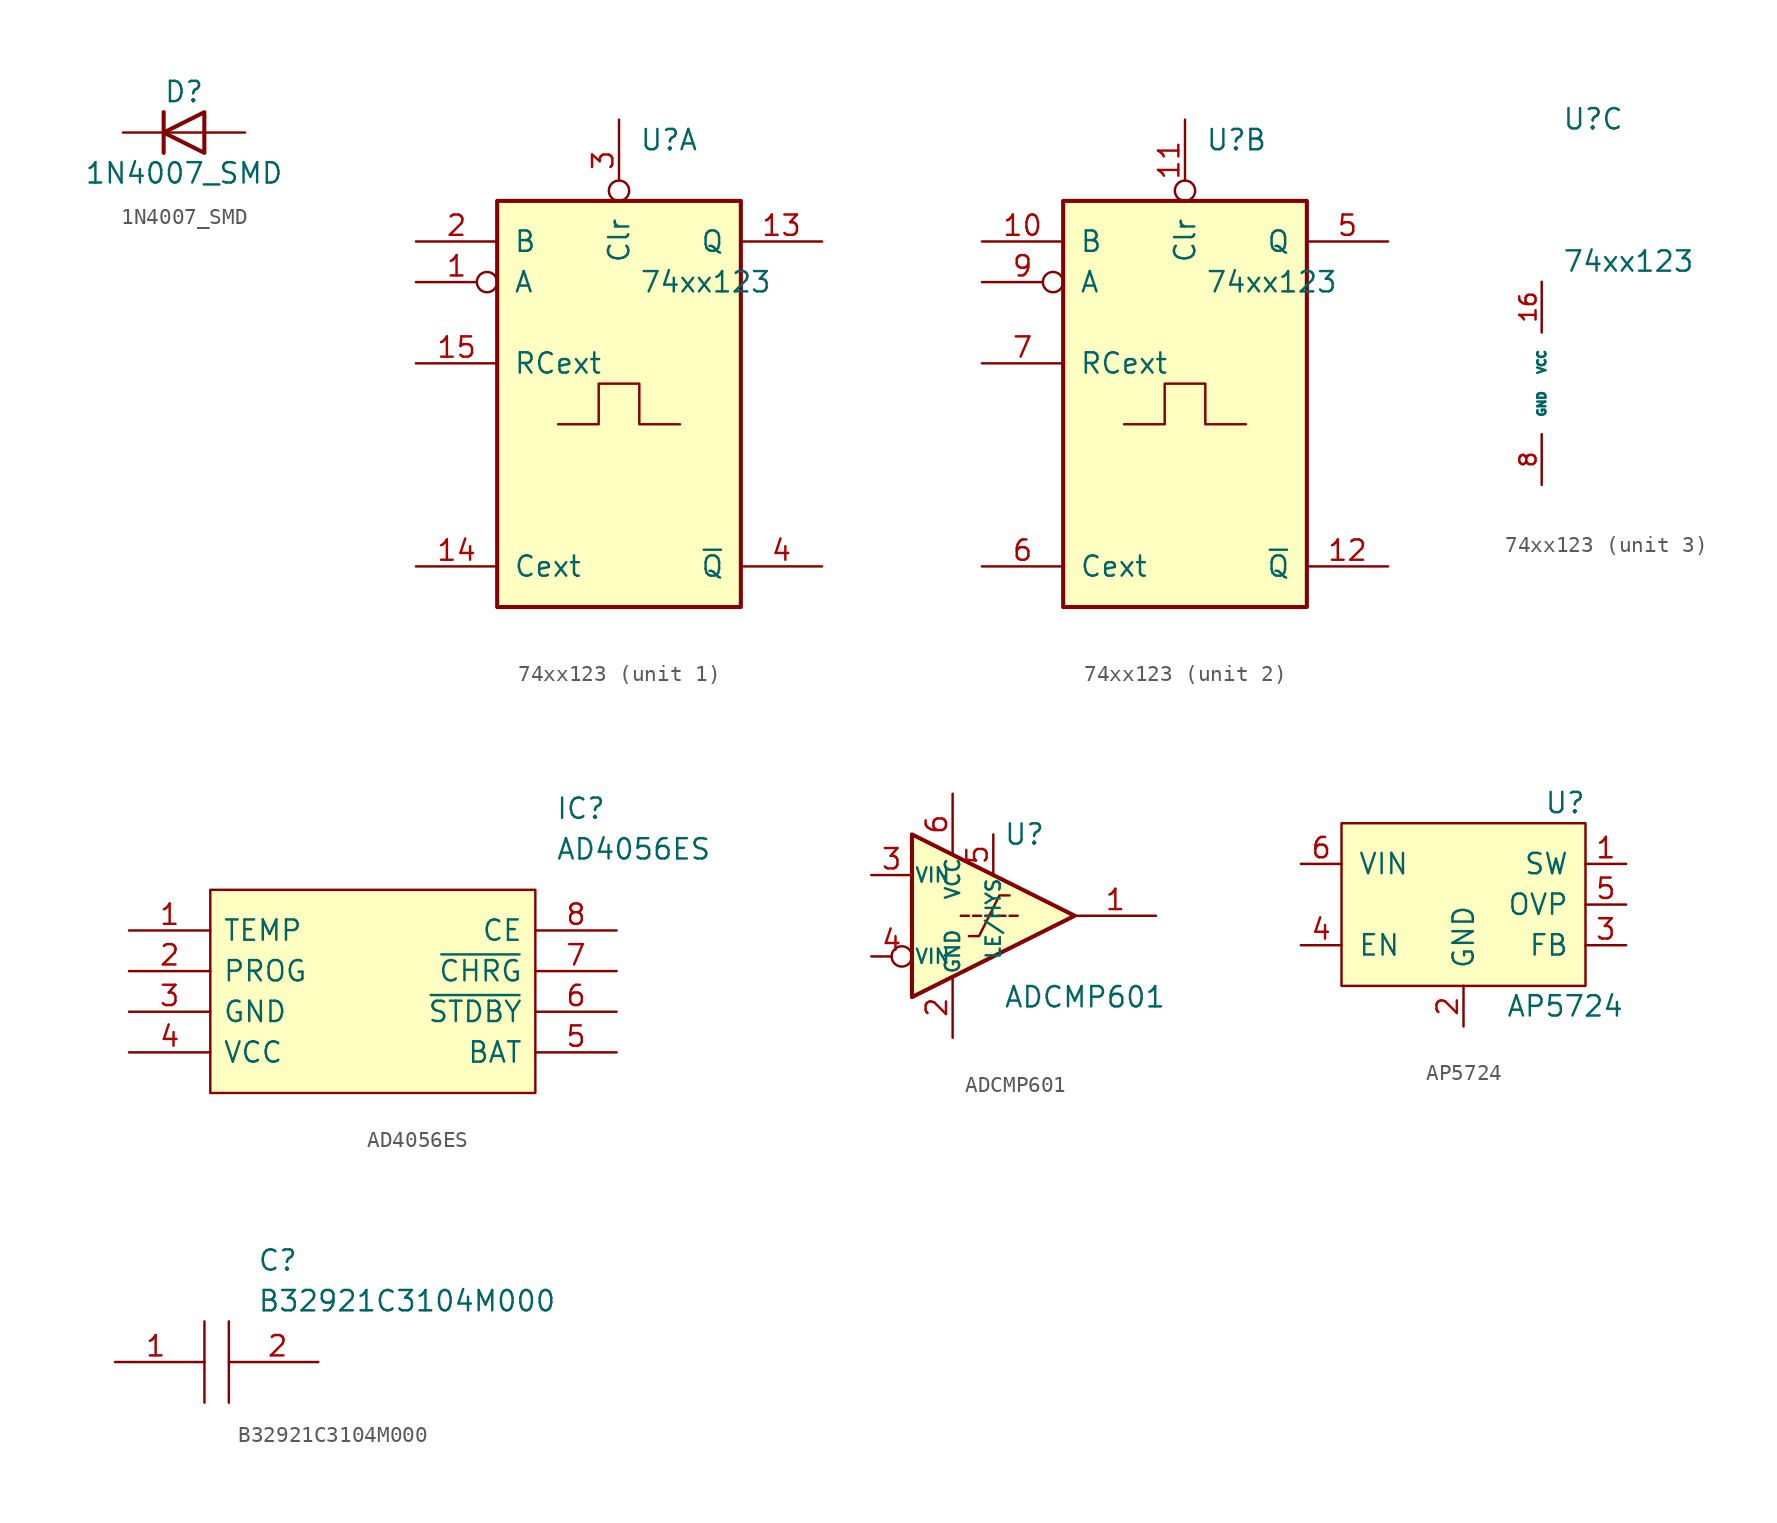
<source format=kicad_sym>
(kicad_symbol_lib
  (version 20211014)
  (generator kicad_symbol_editor)
  (symbol "1N4007_SMD"
    (pin_numbers hide)
    (pin_names
      (offset 1.016) hide)
    (property "Reference" "D"
      (at 0 2.54 0)
      (effects (font (size 1.27 1.27))))
    (property "Value" "1N4007_SMD"
      (at 0 -2.54 0)
      (effects (font (size 1.27 1.27))))
    (symbol "1N4007_SMD_0_1"
      (polyline (pts (xy -1.27 1.27) (xy -1.27 -1.27)) (stroke (width 0.254) (type default) (color 0 0 0 0)) (fill (type none)))
      (polyline (pts (xy 1.27 0) (xy -1.27 0)) (stroke (width 0) (type default) (color 0 0 0 0)) (fill (type none)))
      (polyline (pts (xy 1.27 1.27) (xy 1.27 -1.27) (xy -1.27 0) (xy 1.27 1.27)) (stroke (width 0.254) (type default) (color 0 0 0 0)) (fill (type none))))
    (symbol "1N4007_SMD_1_1"
      (pin passive line (at -3.81 0 0) (length 2.54) (name "K" (effects (font (size 1.27 1.27)))) (number "1" (effects (font (size 1.27 1.27)))))
      (pin passive line (at 3.81 0 180) (length 2.54) (name "A" (effects (font (size 1.27 1.27)))) (number "2" (effects (font (size 1.27 1.27)))))))
  (symbol "74xx123"
    (pin_names
      (offset 1.016))
    (property "Reference" "U"
      (at 1.27 16.51 0)
      (effects (font (size 1.27 1.27)) (justify left)))
    (property "Value" "74xx123"
      (at 1.27 7.62 0)
      (effects (font (size 1.27 1.27)) (justify left)))
    (property "ki_locked" ""
      (at 0 0 0)
      (effects (font (size 1.27 1.27))))
    (symbol "74xx123_1_0"
      (pin input inverted (at -12.7 7.62 0) (length 5.08) (name "A" (effects (font (size 1.27 1.27)))) (number "1" (effects (font (size 1.27 1.27)))))
      (pin output line (at 12.7 10.16 180) (length 5.08) (name "Q" (effects (font (size 1.27 1.27)))) (number "13" (effects (font (size 1.27 1.27)))))
      (pin input line (at -12.7 -10.16 0) (length 5.08) (name "Cext" (effects (font (size 1.27 1.27)))) (number "14" (effects (font (size 1.27 1.27)))))
      (pin input line (at -12.7 2.54 0) (length 5.08) (name "RCext" (effects (font (size 1.27 1.27)))) (number "15" (effects (font (size 1.27 1.27)))))
      (pin input line (at -12.7 10.16 0) (length 5.08) (name "B" (effects (font (size 1.27 1.27)))) (number "2" (effects (font (size 1.27 1.27)))))
      (pin input inverted (at 0 17.78 270) (length 5.08) (name "Clr" (effects (font (size 1.27 1.27)))) (number "3" (effects (font (size 1.27 1.27)))))
      (pin output line (at 12.7 -10.16 180) (length 5.08) (name "~{Q}" (effects (font (size 1.27 1.27)))) (number "4" (effects (font (size 1.27 1.27))))))
    (symbol "74xx123_1_1"
      (rectangle (start -7.62 12.7) (end 7.62 -12.7) (stroke (width 0.254) (type default) (color 0 0 0 0)) (fill (type background)))
      (polyline (pts (xy -3.81 -1.27) (xy -1.27 -1.27) (xy -1.27 1.27) (xy 1.27 1.27) (xy 1.27 -1.27) (xy 3.81 -1.27)) (stroke (width 0) (type default) (color 0 0 0 0)) (fill (type none))))
    (symbol "74xx123_2_0"
      (pin input line (at -12.7 10.16 0) (length 5.08) (name "B" (effects (font (size 1.27 1.27)))) (number "10" (effects (font (size 1.27 1.27)))))
      (pin input inverted (at 0 17.78 270) (length 5.08) (name "Clr" (effects (font (size 1.27 1.27)))) (number "11" (effects (font (size 1.27 1.27)))))
      (pin output line (at 12.7 -10.16 180) (length 5.08) (name "~{Q}" (effects (font (size 1.27 1.27)))) (number "12" (effects (font (size 1.27 1.27)))))
      (pin output line (at 12.7 10.16 180) (length 5.08) (name "Q" (effects (font (size 1.27 1.27)))) (number "5" (effects (font (size 1.27 1.27)))))
      (pin input line (at -12.7 -10.16 0) (length 5.08) (name "Cext" (effects (font (size 1.27 1.27)))) (number "6" (effects (font (size 1.27 1.27)))))
      (pin input line (at -12.7 2.54 0) (length 5.08) (name "RCext" (effects (font (size 1.27 1.27)))) (number "7" (effects (font (size 1.27 1.27)))))
      (pin input inverted (at -12.7 7.62 0) (length 5.08) (name "A" (effects (font (size 1.27 1.27)))) (number "9" (effects (font (size 1.27 1.27))))))
    (symbol "74xx123_2_1"
      (rectangle (start -7.62 12.7) (end 7.62 -12.7) (stroke (width 0.254) (type default) (color 0 0 0 0)) (fill (type background)))
      (polyline (pts (xy -3.81 -1.27) (xy -1.27 -1.27) (xy -1.27 1.27) (xy 1.27 1.27) (xy 1.27 -1.27) (xy 3.81 -1.27)) (stroke (width 0) (type default) (color 0 0 0 0)) (fill (type none))))
    (symbol "74xx123_3_1"
      (pin power_in line (at 0 6.35 270) (length 3.175) (name "VCC" (effects (font (size 0.508 0.508)))) (number "16" (effects (font (size 1.016 1.016)))))
      (pin power_in line (at 0 -6.35 90) (length 3.175) (name "GND" (effects (font (size 0.508 0.508)))) (number "8" (effects (font (size 1.016 1.016)))))))
  (symbol "AD4056ES"
    (pin_names
      (offset 0.762))
    (property "Reference" "IC"
      (at 26.67 7.62 0)
      (effects (font (size 1.27 1.27)) (justify left)))
    (property "Value" "AD4056ES"
      (at 26.67 5.08 0)
      (effects (font (size 1.27 1.27)) (justify left)))
    (symbol "AD4056ES_0_0"
      (pin unspecified line (at 0 0 0) (length 5.08) (name "TEMP" (effects (font (size 1.27 1.27)))) (number "1" (effects (font (size 1.27 1.27)))))
      (pin unspecified line (at 0 -2.54 0) (length 5.08) (name "PROG" (effects (font (size 1.27 1.27)))) (number "2" (effects (font (size 1.27 1.27)))))
      (pin unspecified line (at 0 -5.08 0) (length 5.08) (name "GND" (effects (font (size 1.27 1.27)))) (number "3" (effects (font (size 1.27 1.27)))))
      (pin unspecified line (at 0 -7.62 0) (length 5.08) (name "VCC" (effects (font (size 1.27 1.27)))) (number "4" (effects (font (size 1.27 1.27)))))
      (pin unspecified line (at 30.48 -7.62 180) (length 5.08) (name "BAT" (effects (font (size 1.27 1.27)))) (number "5" (effects (font (size 1.27 1.27)))))
      (pin unspecified line (at 30.48 -5.08 180) (length 5.08) (name "~{STDBY}" (effects (font (size 1.27 1.27)))) (number "6" (effects (font (size 1.27 1.27)))))
      (pin unspecified line (at 30.48 -2.54 180) (length 5.08) (name "~{CHRG}" (effects (font (size 1.27 1.27)))) (number "7" (effects (font (size 1.27 1.27)))))
      (pin unspecified line (at 30.48 0 180) (length 5.08) (name "CE" (effects (font (size 1.27 1.27)))) (number "8" (effects (font (size 1.27 1.27))))))
    (symbol "AD4056ES_0_1"
      (polyline (pts (xy 5.08 2.54) (xy 25.4 2.54) (xy 25.4 -10.16) (xy 5.08 -10.16) (xy 5.08 2.54)) (stroke (width 0.152) (type default) (color 0 0 0 0)) (fill (type background)))))
  (symbol "ADCMP601"
    (pin_names
      (offset 0.127))
    (property "Reference" "U"
      (at 3.175 5.08 0)
      (effects (font (size 1.27 1.27)) (justify left)))
    (property "Value" "ADCMP601"
      (at 3.175 -5.08 0)
      (effects (font (size 1.27 1.27)) (justify left)))
    (symbol "ADCMP601_0_1"
      (polyline (pts (xy 1.016 0) (xy 0.508 0)) (stroke (width 0) (type default) (color 0 0 0 0)) (fill (type none)))
      (polyline (pts (xy 1.778 0) (xy 1.27 0)) (stroke (width 0) (type default) (color 0 0 0 0)) (fill (type none)))
      (polyline (pts (xy 2.032 0) (xy 2.54 0)) (stroke (width 0) (type default) (color 0 0 0 0)) (fill (type none)))
      (polyline (pts (xy 2.794 0) (xy 3.302 0)) (stroke (width 0) (type default) (color 0 0 0 0)) (fill (type none)))
      (polyline (pts (xy 3.556 0) (xy 4.064 0)) (stroke (width 0) (type default) (color 0 0 0 0)) (fill (type none)))
      (polyline (pts (xy -2.54 5.08) (xy 7.62 0) (xy -2.54 -5.08) (xy -2.54 5.08)) (stroke (width 0.254) (type default) (color 0 0 0 0)) (fill (type background)))
      (polyline (pts (xy 1.016 -1.27) (xy 1.651 -1.27) (xy 2.921 1.27) (xy 3.556 1.27)) (stroke (width 0) (type default) (color 0 0 0 0)) (fill (type none))))
    (symbol "ADCMP601_1_1"
      (pin output line (at 12.7 0 180) (length 5.08) (name "~" (effects (font (size 1.27 1.27)))) (number "1" (effects (font (size 1.27 1.27)))))
      (pin power_in line (at 0 -7.62 90) (length 3.81) (name "GND" (effects (font (size 0.889 0.889)))) (number "2" (effects (font (size 1.27 1.27)))))
      (pin input line (at -5.08 2.54 0) (length 2.54) (name "VIN" (effects (font (size 0.889 0.889)))) (number "3" (effects (font (size 1.27 1.27)))))
      (pin input inverted (at -5.08 -2.54 0) (length 2.54) (name "VIN" (effects (font (size 0.889 0.889)))) (number "4" (effects (font (size 1.27 1.27)))))
      (pin input line (at 2.54 5.08 270) (length 2.54) (name "LE/HYS" (effects (font (size 0.889 0.889)))) (number "5" (effects (font (size 1.27 1.27)))))
      (pin power_in line (at 0 7.62 270) (length 3.81) (name "VCC" (effects (font (size 0.889 0.889)))) (number "6" (effects (font (size 1.27 1.27)))))))
  (symbol "AP5724"
    (pin_names
      (offset 1.016))
    (property "Reference" "U"
      (at 6.35 6.35 0)
      (effects (font (size 1.27 1.27))))
    (property "Value" "AP5724"
      (at 6.35 -6.35 0)
      (effects (font (size 1.27 1.27))))
    (symbol "AP5724_0_1"
      (rectangle (start -7.62 5.08) (end 7.62 -5.08) (stroke (width 0) (type default) (color 0 0 0 0)) (fill (type background))))
    (symbol "AP5724_1_1"
      (pin power_out line (at 10.16 2.54 180) (length 2.54) (name "SW" (effects (font (size 1.27 1.27)))) (number "1" (effects (font (size 1.27 1.27)))))
      (pin power_in line (at 0 -7.62 90) (length 2.54) (name "GND" (effects (font (size 1.27 1.27)))) (number "2" (effects (font (size 1.27 1.27)))))
      (pin input line (at 10.16 -2.54 180) (length 2.54) (name "FB" (effects (font (size 1.27 1.27)))) (number "3" (effects (font (size 1.27 1.27)))))
      (pin input line (at -10.16 -2.54 0) (length 2.54) (name "EN" (effects (font (size 1.27 1.27)))) (number "4" (effects (font (size 1.27 1.27)))))
      (pin input line (at 10.16 0 180) (length 2.54) (name "OVP" (effects (font (size 1.27 1.27)))) (number "5" (effects (font (size 1.27 1.27)))))
      (pin power_in line (at -10.16 2.54 0) (length 2.54) (name "VIN" (effects (font (size 1.27 1.27)))) (number "6" (effects (font (size 1.27 1.27)))))))
  (symbol "B32921C3104M000"
    (pin_names
      (offset 0.762))
    (property "Reference" "C"
      (at 8.89 6.35 0)
      (effects (font (size 1.27 1.27)) (justify left)))
    (property "Value" "B32921C3104M000"
      (at 8.89 3.81 0)
      (effects (font (size 1.27 1.27)) (justify left)))
    (symbol "B32921C3104M000_0_0"
      (pin passive line (at 0 0 0) (length 5.08) (name "~" (effects (font (size 1.27 1.27)))) (number "1" (effects (font (size 1.27 1.27)))))
      (pin passive line (at 12.7 0 180) (length 5.08) (name "~" (effects (font (size 1.27 1.27)))) (number "2" (effects (font (size 1.27 1.27))))))
    (symbol "B32921C3104M000_0_1"
      (polyline (pts (xy 5.08 0) (xy 5.588 0)) (stroke (width 0.152) (type default) (color 0 0 0 0)) (fill (type none)))
      (polyline (pts (xy 5.588 2.54) (xy 5.588 -2.54)) (stroke (width 0.152) (type default) (color 0 0 0 0)) (fill (type none)))
      (polyline (pts (xy 7.112 0) (xy 7.62 0)) (stroke (width 0.152) (type default) (color 0 0 0 0)) (fill (type none)))
      (polyline (pts (xy 7.112 2.54) (xy 7.112 -2.54)) (stroke (width 0.152) (type default) (color 0 0 0 0)) (fill (type none))))))
</source>
